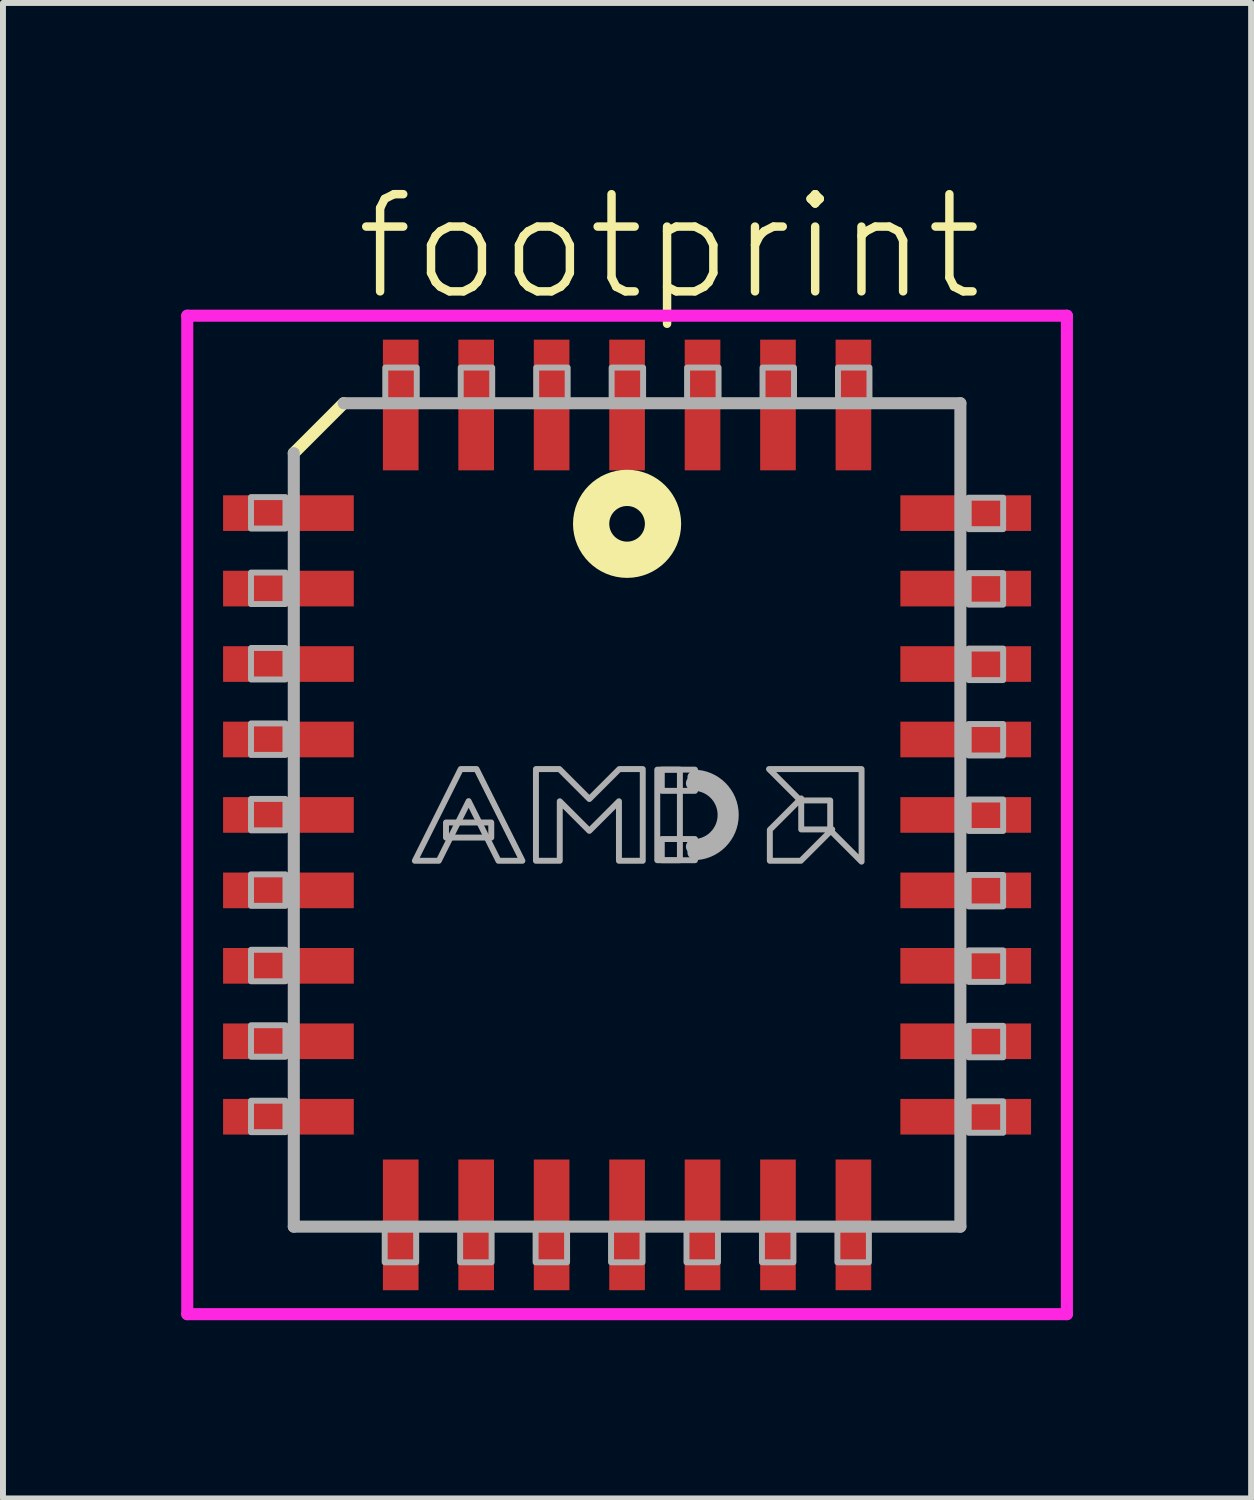
<source format=kicad_pcb>
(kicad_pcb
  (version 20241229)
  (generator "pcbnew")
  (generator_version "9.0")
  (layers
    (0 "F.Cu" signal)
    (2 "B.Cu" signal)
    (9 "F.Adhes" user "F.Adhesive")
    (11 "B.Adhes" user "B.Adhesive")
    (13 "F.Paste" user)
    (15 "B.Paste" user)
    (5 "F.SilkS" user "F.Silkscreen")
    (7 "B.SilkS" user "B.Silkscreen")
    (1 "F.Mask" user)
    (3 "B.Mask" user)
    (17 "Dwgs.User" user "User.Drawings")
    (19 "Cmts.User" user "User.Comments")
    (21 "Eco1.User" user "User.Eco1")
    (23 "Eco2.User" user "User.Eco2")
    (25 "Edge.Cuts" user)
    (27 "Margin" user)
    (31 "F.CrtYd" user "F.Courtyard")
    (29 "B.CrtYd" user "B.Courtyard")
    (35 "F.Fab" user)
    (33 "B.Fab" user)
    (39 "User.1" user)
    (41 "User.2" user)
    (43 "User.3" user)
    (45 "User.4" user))
  (footprint "footprint"
    (layer "F.Cu")
    (at 7.505 10.667)
    (property "Reference" "footprint" (at -4.64 -8.605 0) (layer "F.SilkS") (effects (font (size 1.636 1.636) (thickness 0.142)) (justify left bottom)))
    (fp_line (start -4.77 -6.93) (end -5.61 -6.09) (stroke (width 0.203) (type solid)) (layer "F.SilkS"))
    (fp_circle (center 0 -4.9) (end 0.3 -4.9) (stroke (width 0.61) (type solid)) (fill no) (layer "F.SilkS"))
    (fp_line (start -7.403 -8.403) (end 7.403 -8.403) (stroke (width 0.203) (type solid)) (layer "F.CrtYd"))
    (fp_line (start -7.403 8.403) (end -7.403 -8.403) (stroke (width 0.203) (type solid)) (layer "F.CrtYd"))
    (fp_line (start 7.403 -8.403) (end 7.403 8.403) (stroke (width 0.203) (type solid)) (layer "F.CrtYd"))
    (fp_line (start 7.403 8.403) (end -7.403 8.403) (stroke (width 0.203) (type solid)) (layer "F.CrtYd"))
    (fp_line (start -5.61 -6.09) (end -5.61 6.93) (stroke (width 0.203) (type solid)) (layer "F.Fab"))
    (fp_line (start -5.61 6.93) (end 5.61 6.93) (stroke (width 0.203) (type solid)) (layer "F.Fab"))
    (fp_line (start 5.61 -6.93) (end -4.77 -6.93) (stroke (width 0.203) (type solid)) (layer "F.Fab"))
    (fp_line (start 5.61 6.93) (end 5.61 -6.93) (stroke (width 0.203) (type solid)) (layer "F.Fab"))
    (fp_arc (start 1.1176 -0.7366) (mid 1.8542 0) (end 1.1176 0.7366) (stroke (width 0.0508) (type solid)) (layer "F.Fab"))
    (fp_arc (start 1.1176 -0.635) (mid 1.7526 0) (end 1.1176 0.635) (stroke (width 0.2032) (type solid)) (layer "F.Fab"))
    (fp_arc (start 1.1176 -0.5334) (mid 1.651 0) (end 1.1176 0.5334) (stroke (width 0.254) (type solid)) (layer "F.Fab"))
    (fp_poly (pts (xy -6.33 -4.82) (xy -5.75 -4.82) (xy -5.75 -5.35) (xy -6.33 -5.35)) (stroke (width 0.1) (type solid)) (fill no) (layer "F.Fab"))
    (fp_poly (pts (xy -6.33 -3.55) (xy -5.75 -3.55) (xy -5.75 -4.08) (xy -6.33 -4.08)) (stroke (width 0.1) (type solid)) (fill no) (layer "F.Fab"))
    (fp_poly (pts (xy -6.33 -2.28) (xy -5.75 -2.28) (xy -5.75 -2.81) (xy -6.33 -2.81)) (stroke (width 0.1) (type solid)) (fill no) (layer "F.Fab"))
    (fp_poly (pts (xy -6.33 -1.01) (xy -5.75 -1.01) (xy -5.75 -1.54) (xy -6.33 -1.54)) (stroke (width 0.1) (type solid)) (fill no) (layer "F.Fab"))
    (fp_poly (pts (xy -6.33 0.26) (xy -5.75 0.26) (xy -5.75 -0.27) (xy -6.33 -0.27)) (stroke (width 0.1) (type solid)) (fill no) (layer "F.Fab"))
    (fp_poly (pts (xy -6.33 1.53) (xy -5.75 1.53) (xy -5.75 1) (xy -6.33 1)) (stroke (width 0.1) (type solid)) (fill no) (layer "F.Fab"))
    (fp_poly (pts (xy -6.33 2.8) (xy -5.75 2.8) (xy -5.75 2.27) (xy -6.33 2.27)) (stroke (width 0.1) (type solid)) (fill no) (layer "F.Fab"))
    (fp_poly (pts (xy -6.33 4.07) (xy -5.75 4.07) (xy -5.75 3.54) (xy -6.33 3.54)) (stroke (width 0.1) (type solid)) (fill no) (layer "F.Fab"))
    (fp_poly (pts (xy -6.33 5.34) (xy -5.75 5.34) (xy -5.75 4.81) (xy -6.33 4.81)) (stroke (width 0.1) (type solid)) (fill no) (layer "F.Fab"))
    (fp_poly (pts (xy -4.08 7.53) (xy -3.55 7.53) (xy -3.55 6.95) (xy -4.08 6.95)) (stroke (width 0.1) (type solid)) (fill no) (layer "F.Fab"))
    (fp_poly (pts (xy -4.07 -6.95) (xy -3.54 -6.95) (xy -3.54 -7.53) (xy -4.07 -7.53)) (stroke (width 0.1) (type solid)) (fill no) (layer "F.Fab"))
    (fp_poly (pts (xy -3.048 0.381) (xy -2.286 0.381) (xy -2.286 0.127) (xy -3.048 0.127)) (stroke (width 0.1) (type solid)) (fill no) (layer "F.Fab"))
    (fp_poly (pts (xy -2.81 7.53) (xy -2.28 7.53) (xy -2.28 6.95) (xy -2.81 6.95)) (stroke (width 0.1) (type solid)) (fill no) (layer "F.Fab"))
    (fp_poly (pts (xy -2.8 -6.95) (xy -2.27 -6.95) (xy -2.27 -7.53) (xy -2.8 -7.53)) (stroke (width 0.1) (type solid)) (fill no) (layer "F.Fab"))
    (fp_poly (pts (xy -1.54 7.53) (xy -1.01 7.53) (xy -1.01 6.95) (xy -1.54 6.95)) (stroke (width 0.1) (type solid)) (fill no) (layer "F.Fab"))
    (fp_poly (pts (xy -1.53 -6.95) (xy -1 -6.95) (xy -1 -7.53) (xy -1.53 -7.53)) (stroke (width 0.1) (type solid)) (fill no) (layer "F.Fab"))
    (fp_poly (pts (xy -0.27 7.53) (xy 0.26 7.53) (xy 0.26 6.95) (xy -0.27 6.95)) (stroke (width 0.1) (type solid)) (fill no) (layer "F.Fab"))
    (fp_poly (pts (xy -0.26 -6.95) (xy 0.27 -6.95) (xy 0.27 -7.53) (xy -0.26 -7.53)) (stroke (width 0.1) (type solid)) (fill no) (layer "F.Fab"))
    (fp_poly (pts (xy 0.508 0.762) (xy 0.889 0.762) (xy 0.889 -0.762) (xy 0.508 -0.762)) (stroke (width 0.1) (type solid)) (fill no) (layer "F.Fab"))
    (fp_poly (pts (xy 0.584 -0.406) (xy 1.143 -0.406) (xy 1.143 -0.762) (xy 0.584 -0.762)) (stroke (width 0.1) (type solid)) (fill no) (layer "F.Fab"))
    (fp_poly (pts (xy 0.584 0.762) (xy 1.143 0.762) (xy 1.143 0.406) (xy 0.584 0.406)) (stroke (width 0.1) (type solid)) (fill no) (layer "F.Fab"))
    (fp_poly (pts (xy 1 7.53) (xy 1.53 7.53) (xy 1.53 6.95) (xy 1 6.95)) (stroke (width 0.1) (type solid)) (fill no) (layer "F.Fab"))
    (fp_poly (pts (xy 1.01 -6.95) (xy 1.54 -6.95) (xy 1.54 -7.53) (xy 1.01 -7.53)) (stroke (width 0.1) (type solid)) (fill no) (layer "F.Fab"))
    (fp_poly (pts (xy 2.27 7.53) (xy 2.8 7.53) (xy 2.8 6.95) (xy 2.27 6.95)) (stroke (width 0.1) (type solid)) (fill no) (layer "F.Fab"))
    (fp_poly (pts (xy 2.28 -6.95) (xy 2.81 -6.95) (xy 2.81 -7.53) (xy 2.28 -7.53)) (stroke (width 0.1) (type solid)) (fill no) (layer "F.Fab"))
    (fp_poly (pts (xy 3.54 7.53) (xy 4.07 7.53) (xy 4.07 6.95) (xy 3.54 6.95)) (stroke (width 0.1) (type solid)) (fill no) (layer "F.Fab"))
    (fp_poly (pts (xy 3.55 -6.95) (xy 4.08 -6.95) (xy 4.08 -7.53) (xy 3.55 -7.53)) (stroke (width 0.1) (type solid)) (fill no) (layer "F.Fab"))
    (fp_poly (pts (xy 5.75 -4.81) (xy 6.33 -4.81) (xy 6.33 -5.34) (xy 5.75 -5.34)) (stroke (width 0.1) (type solid)) (fill no) (layer "F.Fab"))
    (fp_poly (pts (xy 5.75 -3.54) (xy 6.33 -3.54) (xy 6.33 -4.07) (xy 5.75 -4.07)) (stroke (width 0.1) (type solid)) (fill no) (layer "F.Fab"))
    (fp_poly (pts (xy 5.75 -2.27) (xy 6.33 -2.27) (xy 6.33 -2.8) (xy 5.75 -2.8)) (stroke (width 0.1) (type solid)) (fill no) (layer "F.Fab"))
    (fp_poly (pts (xy 5.75 -1) (xy 6.33 -1) (xy 6.33 -1.53) (xy 5.75 -1.53)) (stroke (width 0.1) (type solid)) (fill no) (layer "F.Fab"))
    (fp_poly (pts (xy 5.75 0.27) (xy 6.33 0.27) (xy 6.33 -0.26) (xy 5.75 -0.26)) (stroke (width 0.1) (type solid)) (fill no) (layer "F.Fab"))
    (fp_poly (pts (xy 5.75 1.54) (xy 6.33 1.54) (xy 6.33 1.01) (xy 5.75 1.01)) (stroke (width 0.1) (type solid)) (fill no) (layer "F.Fab"))
    (fp_poly (pts (xy 5.75 2.81) (xy 6.33 2.81) (xy 6.33 2.28) (xy 5.75 2.28)) (stroke (width 0.1) (type solid)) (fill no) (layer "F.Fab"))
    (fp_poly (pts (xy 5.75 4.08) (xy 6.33 4.08) (xy 6.33 3.55) (xy 5.75 3.55)) (stroke (width 0.1) (type solid)) (fill no) (layer "F.Fab"))
    (fp_poly (pts (xy 5.75 5.35) (xy 6.33 5.35) (xy 6.33 4.82) (xy 5.75 4.82)) (stroke (width 0.1) (type solid)) (fill no) (layer "F.Fab"))
    (fp_poly (pts (xy 2.931 0.244) (xy 3.453 0.244) (xy 2.925 0.772) (xy 2.403 0.772) (xy 2.403 0.25) (xy 2.931 -0.278)) (stroke (width 0.1) (type solid)) (fill no) (layer "F.Fab"))
    (fp_poly (pts (xy 3.947 0.786) (xy 3.419 0.258) (xy 3.419 -0.244) (xy 2.917 -0.244) (xy 2.389 -0.772) (xy 3.947 -0.772)) (stroke (width 0.1) (type solid)) (fill no) (layer "F.Fab"))
    (fp_poly (pts (xy -1.762 0.772) (xy -2.165 0.772) (xy -2.667 -0.232) (xy -3.169 0.772) (xy -3.572 0.772) (xy -2.8 -0.772) (xy -2.534 -0.772)) (stroke (width 0.1) (type solid)) (fill no) (layer "F.Fab"))
    (fp_poly (pts (xy -0.635 -0.268) (xy -0.131 -0.772) (xy 0.264 -0.772) (xy 0.264 0.772) (xy -0.137 0.772) (xy -0.137 -0.23) (xy -0.635 0.268) (xy -1.133 -0.23) (xy -1.133 0.772) (xy -1.534 0.772) (xy -1.534 -0.772) (xy -1.139 -0.772)) (stroke (width 0.1) (type solid)) (fill no) (layer "F.Fab"))
    (pad "1" smd rect (at 0 -6.9) (size 0.6 2.2) (layers "F.Cu" "F.Mask" "F.Paste"))
    (pad "2" smd rect (at -1.27 -6.9) (size 0.6 2.2) (layers "F.Cu" "F.Mask" "F.Paste"))
    (pad "3" smd rect (at -2.54 -6.9) (size 0.6 2.2) (layers "F.Cu" "F.Mask" "F.Paste"))
    (pad "4" smd rect (at -3.81 -6.9) (size 0.6 2.2) (layers "F.Cu" "F.Mask" "F.Paste"))
    (pad "5" smd rect (at -5.7 -5.08) (size 2.2 0.6) (layers "F.Cu" "F.Mask" "F.Paste"))
    (pad "6" smd rect (at -5.7 -3.81) (size 2.2 0.6) (layers "F.Cu" "F.Mask" "F.Paste"))
    (pad "7" smd rect (at -5.7 -2.54) (size 2.2 0.6) (layers "F.Cu" "F.Mask" "F.Paste"))
    (pad "8" smd rect (at -5.7 -1.27) (size 2.2 0.6) (layers "F.Cu" "F.Mask" "F.Paste"))
    (pad "9" smd rect (at -5.7 0) (size 2.2 0.6) (layers "F.Cu" "F.Mask" "F.Paste"))
    (pad "10" smd rect (at -5.7 1.27) (size 2.2 0.6) (layers "F.Cu" "F.Mask" "F.Paste"))
    (pad "11" smd rect (at -5.7 2.54) (size 2.2 0.6) (layers "F.Cu" "F.Mask" "F.Paste"))
    (pad "12" smd rect (at -5.7 3.81) (size 2.2 0.6) (layers "F.Cu" "F.Mask" "F.Paste"))
    (pad "13" smd rect (at -5.7 5.08) (size 2.2 0.6) (layers "F.Cu" "F.Mask" "F.Paste"))
    (pad "14" smd rect (at -3.81 6.9) (size 0.6 2.2) (layers "F.Cu" "F.Mask" "F.Paste"))
    (pad "15" smd rect (at -2.54 6.9) (size 0.6 2.2) (layers "F.Cu" "F.Mask" "F.Paste"))
    (pad "16" smd rect (at -1.27 6.9) (size 0.6 2.2) (layers "F.Cu" "F.Mask" "F.Paste"))
    (pad "17" smd rect (at 0 6.9) (size 0.6 2.2) (layers "F.Cu" "F.Mask" "F.Paste"))
    (pad "18" smd rect (at 1.27 6.9) (size 0.6 2.2) (layers "F.Cu" "F.Mask" "F.Paste"))
    (pad "19" smd rect (at 2.54 6.9) (size 0.6 2.2) (layers "F.Cu" "F.Mask" "F.Paste"))
    (pad "20" smd rect (at 3.81 6.9) (size 0.6 2.2) (layers "F.Cu" "F.Mask" "F.Paste"))
    (pad "21" smd rect (at 5.7 5.08) (size 2.2 0.6) (layers "F.Cu" "F.Mask" "F.Paste"))
    (pad "22" smd rect (at 5.7 3.81) (size 2.2 0.6) (layers "F.Cu" "F.Mask" "F.Paste"))
    (pad "23" smd rect (at 5.7 2.54) (size 2.2 0.6) (layers "F.Cu" "F.Mask" "F.Paste"))
    (pad "24" smd rect (at 5.7 1.27) (size 2.2 0.6) (layers "F.Cu" "F.Mask" "F.Paste"))
    (pad "25" smd rect (at 5.7 0) (size 2.2 0.6) (layers "F.Cu" "F.Mask" "F.Paste"))
    (pad "26" smd rect (at 5.7 -1.27) (size 2.2 0.6) (layers "F.Cu" "F.Mask" "F.Paste"))
    (pad "27" smd rect (at 5.7 -2.54) (size 2.2 0.6) (layers "F.Cu" "F.Mask" "F.Paste"))
    (pad "28" smd rect (at 5.7 -3.81) (size 2.2 0.6) (layers "F.Cu" "F.Mask" "F.Paste"))
    (pad "29" smd rect (at 5.7 -5.08) (size 2.2 0.6) (layers "F.Cu" "F.Mask" "F.Paste"))
    (pad "30" smd rect (at 3.81 -6.9) (size 0.6 2.2) (layers "F.Cu" "F.Mask" "F.Paste"))
    (pad "31" smd rect (at 2.54 -6.9) (size 0.6 2.2) (layers "F.Cu" "F.Mask" "F.Paste"))
    (pad "32" smd rect (at 1.27 -6.9) (size 0.6 2.2) (layers "F.Cu" "F.Mask" "F.Paste")))
  (gr_rect
    (start -3 -3)
    (end 18.009 22.172)
    (stroke (width 0.1) (type default))
    (fill no)
    (layer "Edge.Cuts")))
</source>
